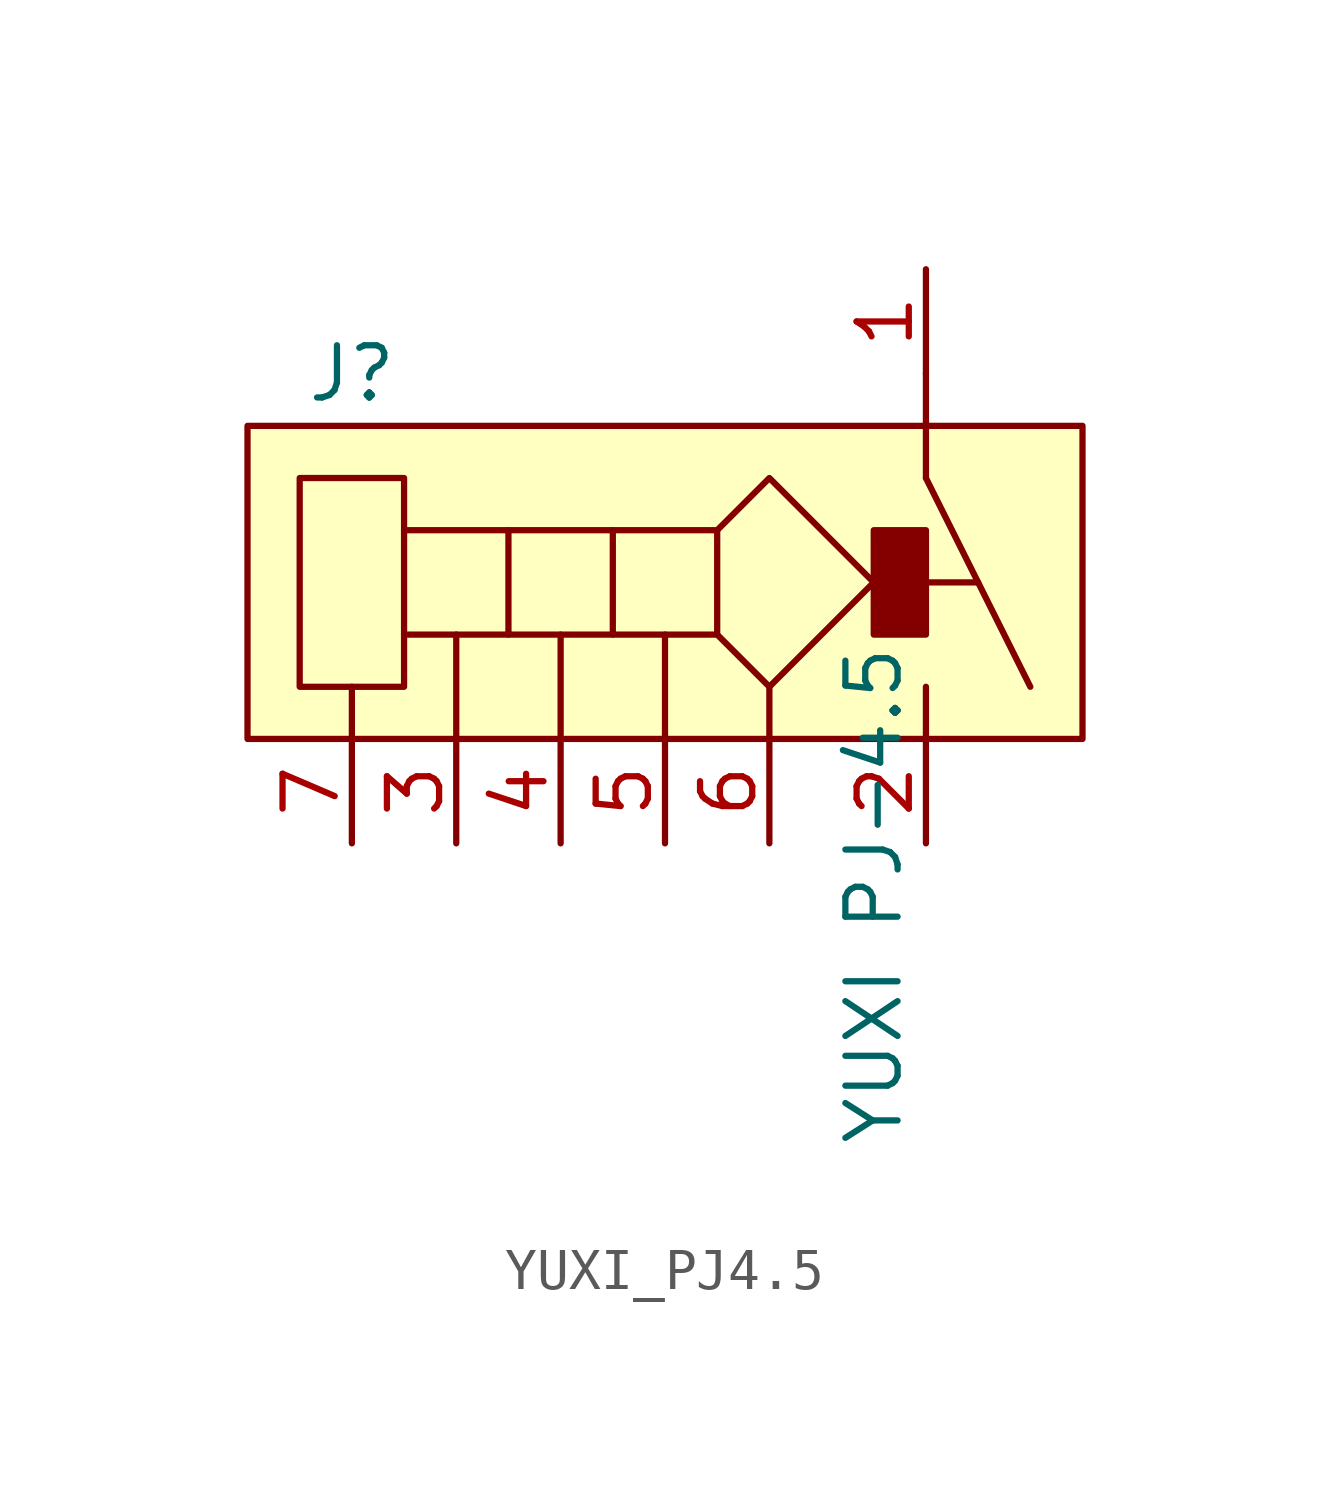
<source format=kicad_sym>
(kicad_symbol_lib
  (version 20220914)
  (generator kicad_symbol_editor)
  (symbol "YUXI_PJ4.5"
    (property "Reference" "J"
      (at -7.62 5.08 0)
      (effects (font (size 1.27 1.27))))
    (property "Value" "YUXI PJ-4.5"
      (at 5.08 -7.62 90)
      (effects (font (size 1.27 1.27))))
    (symbol "YUXI_PJ4.5_0_1"
      (polyline (pts (xy -6.35 1.27) (xy -6.35 -1.27)) (stroke (width 0) (type default)) (fill (type none)))
      (polyline (pts (xy -5.08 -3.81) (xy -5.08 -1.27)) (stroke (width 0) (type default)) (fill (type none)))
      (polyline (pts (xy -3.81 1.27) (xy -3.81 -1.27)) (stroke (width 0) (type default)) (fill (type none)))
      (polyline (pts (xy -2.54 -3.81) (xy -2.54 -1.27)) (stroke (width 0) (type default)) (fill (type none)))
      (polyline (pts (xy -1.27 1.27) (xy -1.27 -1.27)) (stroke (width 0) (type default)) (fill (type none)))
      (polyline (pts (xy 0 -3.81) (xy 0 -1.27)) (stroke (width 0) (type default)) (fill (type none)))
      (polyline (pts (xy 1.27 1.27) (xy 1.27 -1.27)) (stroke (width 0) (type default)) (fill (type none)))
      (polyline (pts (xy 5.08 0) (xy 7.62 0)) (stroke (width 0) (type default)) (fill (type none)))
      (polyline (pts (xy 6.35 2.54) (xy 8.89 -2.54)) (stroke (width 0) (type default)) (fill (type none)))
      (polyline (pts (xy -6.35 1.27) (xy -6.35 2.54) (xy -8.89 2.54) (xy -8.89 -2.54) (xy -6.35 -2.54) (xy -6.35 -1.27)) (stroke (width 0) (type default)) (fill (type none)))
      (polyline (pts (xy -6.35 1.27) (xy 1.27 1.27) (xy 2.54 2.54) (xy 2.54 2.54) (xy 5.08 0) (xy 2.54 -2.54) (xy 2.54 -2.54) (xy 1.27 -1.27) (xy -6.35 -1.27)) (stroke (width 0) (type default)) (fill (type none))))
    (symbol "YUXI_PJ4.5_1_1"
      (rectangle (start -10.16 3.81) (end 10.16 -3.81) (stroke (width 0) (type default)) (fill (type background)))
      (polyline (pts (xy -7.62 -3.81) (xy -7.62 -2.54)) (stroke (width 0) (type default)) (fill (type none)))
      (polyline (pts (xy 2.54 -2.54) (xy 2.54 -3.81)) (stroke (width 0) (type default)) (fill (type none)))
      (polyline (pts (xy 6.35 -3.81) (xy 6.35 -2.54)) (stroke (width 0) (type default)) (fill (type none)))
      (polyline (pts (xy 6.35 5.08) (xy 6.35 2.54)) (stroke (width 0) (type default)) (fill (type none)))
      (rectangle (start 5.08 1.27) (end 6.35 -1.27) (stroke (width 0) (type default)) (fill (type outline)))
      (pin passive line (at 6.35 7.62 270) (length 2.54) (name "" (effects (font (size 1.27 1.27)))) (number "1" (effects (font (size 1.27 1.27)))))
      (pin passive line (at 6.35 -6.35 90) (length 2.54) (name "" (effects (font (size 1.27 1.27)))) (number "2" (effects (font (size 1.27 1.27)))))
      (pin passive line (at -5.08 -6.35 90) (length 2.54) (name "" (effects (font (size 1.27 1.27)))) (number "3" (effects (font (size 1.27 1.27)))))
      (pin passive line (at -2.54 -6.35 90) (length 2.54) (name "" (effects (font (size 1.27 1.27)))) (number "4" (effects (font (size 1.27 1.27)))))
      (pin passive line (at 0 -6.35 90) (length 2.54) (name "" (effects (font (size 1.27 1.27)))) (number "5" (effects (font (size 1.27 1.27)))))
      (pin passive line (at 2.54 -6.35 90) (length 2.54) (name "" (effects (font (size 1.27 1.27)))) (number "6" (effects (font (size 1.27 1.27)))))
      (pin passive line (at -7.62 -6.35 90) (length 2.54) (name "" (effects (font (size 1.27 1.27)))) (number "7" (effects (font (size 1.27 1.27))))))))
</source>
